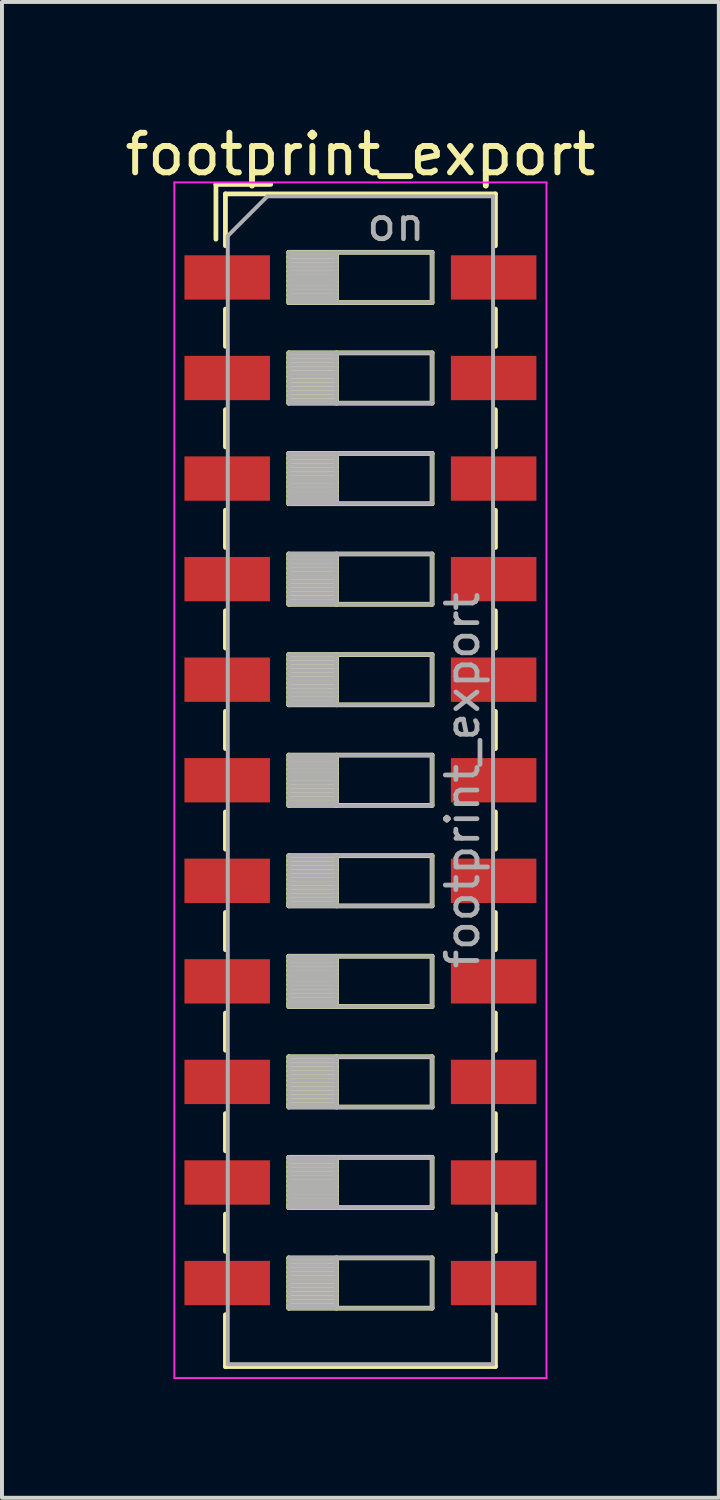
<source format=kicad_pcb>
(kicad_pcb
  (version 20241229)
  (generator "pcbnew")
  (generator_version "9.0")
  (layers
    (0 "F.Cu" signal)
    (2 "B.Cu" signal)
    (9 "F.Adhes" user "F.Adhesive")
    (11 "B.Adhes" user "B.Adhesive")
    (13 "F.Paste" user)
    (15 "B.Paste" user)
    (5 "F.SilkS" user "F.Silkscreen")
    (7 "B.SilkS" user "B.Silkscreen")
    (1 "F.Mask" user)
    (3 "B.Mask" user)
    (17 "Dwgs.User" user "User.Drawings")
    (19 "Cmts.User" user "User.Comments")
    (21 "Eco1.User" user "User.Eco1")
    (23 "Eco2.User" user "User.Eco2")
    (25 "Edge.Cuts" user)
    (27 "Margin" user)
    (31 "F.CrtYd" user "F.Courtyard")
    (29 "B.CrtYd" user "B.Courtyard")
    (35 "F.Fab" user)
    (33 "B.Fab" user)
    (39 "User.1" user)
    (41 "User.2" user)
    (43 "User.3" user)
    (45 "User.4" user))
  (footprint "footprint_export"
    (layer "F.Cu")
    (at 6.054 16.658)
    (property "Reference" "footprint_export" (at 0 -15.81 0) (layer "F.SilkS") (effects (font (size 1 1) (thickness 0.15))))
    (attr smd)
    (fp_line (start -3.65 -15.05) (end -3.65 -13.667) (stroke (width 0.12) (type solid)) (layer "F.SilkS"))
    (fp_line (start -3.65 -15.05) (end -2.267 -15.05) (stroke (width 0.12) (type solid)) (layer "F.SilkS"))
    (fp_line (start -3.41 -14.81) (end -3.41 -13.5) (stroke (width 0.12) (type solid)) (layer "F.SilkS"))
    (fp_line (start -3.41 -14.81) (end 3.41 -14.81) (stroke (width 0.12) (type solid)) (layer "F.SilkS"))
    (fp_line (start -3.41 -11.9) (end -3.41 -10.96) (stroke (width 0.12) (type solid)) (layer "F.SilkS"))
    (fp_line (start -3.41 -9.36) (end -3.41 -8.42) (stroke (width 0.12) (type solid)) (layer "F.SilkS"))
    (fp_line (start -3.41 -6.82) (end -3.41 -5.88) (stroke (width 0.12) (type solid)) (layer "F.SilkS"))
    (fp_line (start -3.41 -4.28) (end -3.41 -3.34) (stroke (width 0.12) (type solid)) (layer "F.SilkS"))
    (fp_line (start -3.41 -1.74) (end -3.41 -0.8) (stroke (width 0.12) (type solid)) (layer "F.SilkS"))
    (fp_line (start -3.41 0.8) (end -3.41 1.74) (stroke (width 0.12) (type solid)) (layer "F.SilkS"))
    (fp_line (start -3.41 3.34) (end -3.41 4.28) (stroke (width 0.12) (type solid)) (layer "F.SilkS"))
    (fp_line (start -3.41 5.88) (end -3.41 6.82) (stroke (width 0.12) (type solid)) (layer "F.SilkS"))
    (fp_line (start -3.41 8.42) (end -3.41 9.36) (stroke (width 0.12) (type solid)) (layer "F.SilkS"))
    (fp_line (start -3.41 10.96) (end -3.41 11.9) (stroke (width 0.12) (type solid)) (layer "F.SilkS"))
    (fp_line (start -3.41 13.5) (end -3.41 14.81) (stroke (width 0.12) (type solid)) (layer "F.SilkS"))
    (fp_line (start -3.41 14.81) (end 3.41 14.81) (stroke (width 0.12) (type solid)) (layer "F.SilkS"))
    (fp_line (start -1.81 -13.335) (end -1.81 -12.065) (stroke (width 0.12) (type solid)) (layer "F.SilkS"))
    (fp_line (start -1.81 -13.215) (end -0.603 -13.215) (stroke (width 0.12) (type solid)) (layer "F.SilkS"))
    (fp_line (start -1.81 -13.095) (end -0.603 -13.095) (stroke (width 0.12) (type solid)) (layer "F.SilkS"))
    (fp_line (start -1.81 -12.975) (end -0.603 -12.975) (stroke (width 0.12) (type solid)) (layer "F.SilkS"))
    (fp_line (start -1.81 -12.855) (end -0.603 -12.855) (stroke (width 0.12) (type solid)) (layer "F.SilkS"))
    (fp_line (start -1.81 -12.735) (end -0.603 -12.735) (stroke (width 0.12) (type solid)) (layer "F.SilkS"))
    (fp_line (start -1.81 -12.615) (end -0.603 -12.615) (stroke (width 0.12) (type solid)) (layer "F.SilkS"))
    (fp_line (start -1.81 -12.495) (end -0.603 -12.495) (stroke (width 0.12) (type solid)) (layer "F.SilkS"))
    (fp_line (start -1.81 -12.375) (end -0.603 -12.375) (stroke (width 0.12) (type solid)) (layer "F.SilkS"))
    (fp_line (start -1.81 -12.255) (end -0.603 -12.255) (stroke (width 0.12) (type solid)) (layer "F.SilkS"))
    (fp_line (start -1.81 -12.135) (end -0.603 -12.135) (stroke (width 0.12) (type solid)) (layer "F.SilkS"))
    (fp_line (start -1.81 -12.065) (end 1.81 -12.065) (stroke (width 0.12) (type solid)) (layer "F.SilkS"))
    (fp_line (start -1.81 -10.795) (end -1.81 -9.525) (stroke (width 0.12) (type solid)) (layer "F.SilkS"))
    (fp_line (start -1.81 -10.675) (end -0.603 -10.675) (stroke (width 0.12) (type solid)) (layer "F.SilkS"))
    (fp_line (start -1.81 -10.555) (end -0.603 -10.555) (stroke (width 0.12) (type solid)) (layer "F.SilkS"))
    (fp_line (start -1.81 -10.435) (end -0.603 -10.435) (stroke (width 0.12) (type solid)) (layer "F.SilkS"))
    (fp_line (start -1.81 -10.315) (end -0.603 -10.315) (stroke (width 0.12) (type solid)) (layer "F.SilkS"))
    (fp_line (start -1.81 -10.195) (end -0.603 -10.195) (stroke (width 0.12) (type solid)) (layer "F.SilkS"))
    (fp_line (start -1.81 -10.075) (end -0.603 -10.075) (stroke (width 0.12) (type solid)) (layer "F.SilkS"))
    (fp_line (start -1.81 -9.955) (end -0.603 -9.955) (stroke (width 0.12) (type solid)) (layer "F.SilkS"))
    (fp_line (start -1.81 -9.835) (end -0.603 -9.835) (stroke (width 0.12) (type solid)) (layer "F.SilkS"))
    (fp_line (start -1.81 -9.715) (end -0.603 -9.715) (stroke (width 0.12) (type solid)) (layer "F.SilkS"))
    (fp_line (start -1.81 -9.595) (end -0.603 -9.595) (stroke (width 0.12) (type solid)) (layer "F.SilkS"))
    (fp_line (start -1.81 -9.525) (end 1.81 -9.525) (stroke (width 0.12) (type solid)) (layer "F.SilkS"))
    (fp_line (start -1.81 -8.255) (end -1.81 -6.985) (stroke (width 0.12) (type solid)) (layer "F.SilkS"))
    (fp_line (start -1.81 -8.135) (end -0.603 -8.135) (stroke (width 0.12) (type solid)) (layer "F.SilkS"))
    (fp_line (start -1.81 -8.015) (end -0.603 -8.015) (stroke (width 0.12) (type solid)) (layer "F.SilkS"))
    (fp_line (start -1.81 -7.895) (end -0.603 -7.895) (stroke (width 0.12) (type solid)) (layer "F.SilkS"))
    (fp_line (start -1.81 -7.775) (end -0.603 -7.775) (stroke (width 0.12) (type solid)) (layer "F.SilkS"))
    (fp_line (start -1.81 -7.655) (end -0.603 -7.655) (stroke (width 0.12) (type solid)) (layer "F.SilkS"))
    (fp_line (start -1.81 -7.535) (end -0.603 -7.535) (stroke (width 0.12) (type solid)) (layer "F.SilkS"))
    (fp_line (start -1.81 -7.415) (end -0.603 -7.415) (stroke (width 0.12) (type solid)) (layer "F.SilkS"))
    (fp_line (start -1.81 -7.295) (end -0.603 -7.295) (stroke (width 0.12) (type solid)) (layer "F.SilkS"))
    (fp_line (start -1.81 -7.175) (end -0.603 -7.175) (stroke (width 0.12) (type solid)) (layer "F.SilkS"))
    (fp_line (start -1.81 -7.055) (end -0.603 -7.055) (stroke (width 0.12) (type solid)) (layer "F.SilkS"))
    (fp_line (start -1.81 -6.985) (end 1.81 -6.985) (stroke (width 0.12) (type solid)) (layer "F.SilkS"))
    (fp_line (start -1.81 -5.715) (end -1.81 -4.445) (stroke (width 0.12) (type solid)) (layer "F.SilkS"))
    (fp_line (start -1.81 -5.595) (end -0.603 -5.595) (stroke (width 0.12) (type solid)) (layer "F.SilkS"))
    (fp_line (start -1.81 -5.475) (end -0.603 -5.475) (stroke (width 0.12) (type solid)) (layer "F.SilkS"))
    (fp_line (start -1.81 -5.355) (end -0.603 -5.355) (stroke (width 0.12) (type solid)) (layer "F.SilkS"))
    (fp_line (start -1.81 -5.235) (end -0.603 -5.235) (stroke (width 0.12) (type solid)) (layer "F.SilkS"))
    (fp_line (start -1.81 -5.115) (end -0.603 -5.115) (stroke (width 0.12) (type solid)) (layer "F.SilkS"))
    (fp_line (start -1.81 -4.995) (end -0.603 -4.995) (stroke (width 0.12) (type solid)) (layer "F.SilkS"))
    (fp_line (start -1.81 -4.875) (end -0.603 -4.875) (stroke (width 0.12) (type solid)) (layer "F.SilkS"))
    (fp_line (start -1.81 -4.755) (end -0.603 -4.755) (stroke (width 0.12) (type solid)) (layer "F.SilkS"))
    (fp_line (start -1.81 -4.635) (end -0.603 -4.635) (stroke (width 0.12) (type solid)) (layer "F.SilkS"))
    (fp_line (start -1.81 -4.515) (end -0.603 -4.515) (stroke (width 0.12) (type solid)) (layer "F.SilkS"))
    (fp_line (start -1.81 -4.445) (end 1.81 -4.445) (stroke (width 0.12) (type solid)) (layer "F.SilkS"))
    (fp_line (start -1.81 -3.175) (end -1.81 -1.905) (stroke (width 0.12) (type solid)) (layer "F.SilkS"))
    (fp_line (start -1.81 -3.055) (end -0.603 -3.055) (stroke (width 0.12) (type solid)) (layer "F.SilkS"))
    (fp_line (start -1.81 -2.935) (end -0.603 -2.935) (stroke (width 0.12) (type solid)) (layer "F.SilkS"))
    (fp_line (start -1.81 -2.815) (end -0.603 -2.815) (stroke (width 0.12) (type solid)) (layer "F.SilkS"))
    (fp_line (start -1.81 -2.695) (end -0.603 -2.695) (stroke (width 0.12) (type solid)) (layer "F.SilkS"))
    (fp_line (start -1.81 -2.575) (end -0.603 -2.575) (stroke (width 0.12) (type solid)) (layer "F.SilkS"))
    (fp_line (start -1.81 -2.455) (end -0.603 -2.455) (stroke (width 0.12) (type solid)) (layer "F.SilkS"))
    (fp_line (start -1.81 -2.335) (end -0.603 -2.335) (stroke (width 0.12) (type solid)) (layer "F.SilkS"))
    (fp_line (start -1.81 -2.215) (end -0.603 -2.215) (stroke (width 0.12) (type solid)) (layer "F.SilkS"))
    (fp_line (start -1.81 -2.095) (end -0.603 -2.095) (stroke (width 0.12) (type solid)) (layer "F.SilkS"))
    (fp_line (start -1.81 -1.975) (end -0.603 -1.975) (stroke (width 0.12) (type solid)) (layer "F.SilkS"))
    (fp_line (start -1.81 -1.905) (end 1.81 -1.905) (stroke (width 0.12) (type solid)) (layer "F.SilkS"))
    (fp_line (start -1.81 -0.635) (end -1.81 0.635) (stroke (width 0.12) (type solid)) (layer "F.SilkS"))
    (fp_line (start -1.81 -0.515) (end -0.603 -0.515) (stroke (width 0.12) (type solid)) (layer "F.SilkS"))
    (fp_line (start -1.81 -0.395) (end -0.603 -0.395) (stroke (width 0.12) (type solid)) (layer "F.SilkS"))
    (fp_line (start -1.81 -0.275) (end -0.603 -0.275) (stroke (width 0.12) (type solid)) (layer "F.SilkS"))
    (fp_line (start -1.81 -0.155) (end -0.603 -0.155) (stroke (width 0.12) (type solid)) (layer "F.SilkS"))
    (fp_line (start -1.81 -0.035) (end -0.603 -0.035) (stroke (width 0.12) (type solid)) (layer "F.SilkS"))
    (fp_line (start -1.81 0.085) (end -0.603 0.085) (stroke (width 0.12) (type solid)) (layer "F.SilkS"))
    (fp_line (start -1.81 0.205) (end -0.603 0.205) (stroke (width 0.12) (type solid)) (layer "F.SilkS"))
    (fp_line (start -1.81 0.325) (end -0.603 0.325) (stroke (width 0.12) (type solid)) (layer "F.SilkS"))
    (fp_line (start -1.81 0.445) (end -0.603 0.445) (stroke (width 0.12) (type solid)) (layer "F.SilkS"))
    (fp_line (start -1.81 0.565) (end -0.603 0.565) (stroke (width 0.12) (type solid)) (layer "F.SilkS"))
    (fp_line (start -1.81 0.635) (end 1.81 0.635) (stroke (width 0.12) (type solid)) (layer "F.SilkS"))
    (fp_line (start -1.81 1.905) (end -1.81 3.175) (stroke (width 0.12) (type solid)) (layer "F.SilkS"))
    (fp_line (start -1.81 2.025) (end -0.603 2.025) (stroke (width 0.12) (type solid)) (layer "F.SilkS"))
    (fp_line (start -1.81 2.145) (end -0.603 2.145) (stroke (width 0.12) (type solid)) (layer "F.SilkS"))
    (fp_line (start -1.81 2.265) (end -0.603 2.265) (stroke (width 0.12) (type solid)) (layer "F.SilkS"))
    (fp_line (start -1.81 2.385) (end -0.603 2.385) (stroke (width 0.12) (type solid)) (layer "F.SilkS"))
    (fp_line (start -1.81 2.505) (end -0.603 2.505) (stroke (width 0.12) (type solid)) (layer "F.SilkS"))
    (fp_line (start -1.81 2.625) (end -0.603 2.625) (stroke (width 0.12) (type solid)) (layer "F.SilkS"))
    (fp_line (start -1.81 2.745) (end -0.603 2.745) (stroke (width 0.12) (type solid)) (layer "F.SilkS"))
    (fp_line (start -1.81 2.865) (end -0.603 2.865) (stroke (width 0.12) (type solid)) (layer "F.SilkS"))
    (fp_line (start -1.81 2.985) (end -0.603 2.985) (stroke (width 0.12) (type solid)) (layer "F.SilkS"))
    (fp_line (start -1.81 3.105) (end -0.603 3.105) (stroke (width 0.12) (type solid)) (layer "F.SilkS"))
    (fp_line (start -1.81 3.175) (end 1.81 3.175) (stroke (width 0.12) (type solid)) (layer "F.SilkS"))
    (fp_line (start -1.81 4.445) (end -1.81 5.715) (stroke (width 0.12) (type solid)) (layer "F.SilkS"))
    (fp_line (start -1.81 4.565) (end -0.603 4.565) (stroke (width 0.12) (type solid)) (layer "F.SilkS"))
    (fp_line (start -1.81 4.685) (end -0.603 4.685) (stroke (width 0.12) (type solid)) (layer "F.SilkS"))
    (fp_line (start -1.81 4.805) (end -0.603 4.805) (stroke (width 0.12) (type solid)) (layer "F.SilkS"))
    (fp_line (start -1.81 4.925) (end -0.603 4.925) (stroke (width 0.12) (type solid)) (layer "F.SilkS"))
    (fp_line (start -1.81 5.045) (end -0.603 5.045) (stroke (width 0.12) (type solid)) (layer "F.SilkS"))
    (fp_line (start -1.81 5.165) (end -0.603 5.165) (stroke (width 0.12) (type solid)) (layer "F.SilkS"))
    (fp_line (start -1.81 5.285) (end -0.603 5.285) (stroke (width 0.12) (type solid)) (layer "F.SilkS"))
    (fp_line (start -1.81 5.405) (end -0.603 5.405) (stroke (width 0.12) (type solid)) (layer "F.SilkS"))
    (fp_line (start -1.81 5.525) (end -0.603 5.525) (stroke (width 0.12) (type solid)) (layer "F.SilkS"))
    (fp_line (start -1.81 5.645) (end -0.603 5.645) (stroke (width 0.12) (type solid)) (layer "F.SilkS"))
    (fp_line (start -1.81 5.715) (end 1.81 5.715) (stroke (width 0.12) (type solid)) (layer "F.SilkS"))
    (fp_line (start -1.81 6.985) (end -1.81 8.255) (stroke (width 0.12) (type solid)) (layer "F.SilkS"))
    (fp_line (start -1.81 7.105) (end -0.603 7.105) (stroke (width 0.12) (type solid)) (layer "F.SilkS"))
    (fp_line (start -1.81 7.225) (end -0.603 7.225) (stroke (width 0.12) (type solid)) (layer "F.SilkS"))
    (fp_line (start -1.81 7.345) (end -0.603 7.345) (stroke (width 0.12) (type solid)) (layer "F.SilkS"))
    (fp_line (start -1.81 7.465) (end -0.603 7.465) (stroke (width 0.12) (type solid)) (layer "F.SilkS"))
    (fp_line (start -1.81 7.585) (end -0.603 7.585) (stroke (width 0.12) (type solid)) (layer "F.SilkS"))
    (fp_line (start -1.81 7.705) (end -0.603 7.705) (stroke (width 0.12) (type solid)) (layer "F.SilkS"))
    (fp_line (start -1.81 7.825) (end -0.603 7.825) (stroke (width 0.12) (type solid)) (layer "F.SilkS"))
    (fp_line (start -1.81 7.945) (end -0.603 7.945) (stroke (width 0.12) (type solid)) (layer "F.SilkS"))
    (fp_line (start -1.81 8.065) (end -0.603 8.065) (stroke (width 0.12) (type solid)) (layer "F.SilkS"))
    (fp_line (start -1.81 8.185) (end -0.603 8.185) (stroke (width 0.12) (type solid)) (layer "F.SilkS"))
    (fp_line (start -1.81 8.255) (end 1.81 8.255) (stroke (width 0.12) (type solid)) (layer "F.SilkS"))
    (fp_line (start -1.81 9.525) (end -1.81 10.795) (stroke (width 0.12) (type solid)) (layer "F.SilkS"))
    (fp_line (start -1.81 9.645) (end -0.603 9.645) (stroke (width 0.12) (type solid)) (layer "F.SilkS"))
    (fp_line (start -1.81 9.765) (end -0.603 9.765) (stroke (width 0.12) (type solid)) (layer "F.SilkS"))
    (fp_line (start -1.81 9.885) (end -0.603 9.885) (stroke (width 0.12) (type solid)) (layer "F.SilkS"))
    (fp_line (start -1.81 10.005) (end -0.603 10.005) (stroke (width 0.12) (type solid)) (layer "F.SilkS"))
    (fp_line (start -1.81 10.125) (end -0.603 10.125) (stroke (width 0.12) (type solid)) (layer "F.SilkS"))
    (fp_line (start -1.81 10.245) (end -0.603 10.245) (stroke (width 0.12) (type solid)) (layer "F.SilkS"))
    (fp_line (start -1.81 10.365) (end -0.603 10.365) (stroke (width 0.12) (type solid)) (layer "F.SilkS"))
    (fp_line (start -1.81 10.485) (end -0.603 10.485) (stroke (width 0.12) (type solid)) (layer "F.SilkS"))
    (fp_line (start -1.81 10.605) (end -0.603 10.605) (stroke (width 0.12) (type solid)) (layer "F.SilkS"))
    (fp_line (start -1.81 10.725) (end -0.603 10.725) (stroke (width 0.12) (type solid)) (layer "F.SilkS"))
    (fp_line (start -1.81 10.795) (end 1.81 10.795) (stroke (width 0.12) (type solid)) (layer "F.SilkS"))
    (fp_line (start -1.81 12.065) (end -1.81 13.335) (stroke (width 0.12) (type solid)) (layer "F.SilkS"))
    (fp_line (start -1.81 12.185) (end -0.603 12.185) (stroke (width 0.12) (type solid)) (layer "F.SilkS"))
    (fp_line (start -1.81 12.305) (end -0.603 12.305) (stroke (width 0.12) (type solid)) (layer "F.SilkS"))
    (fp_line (start -1.81 12.425) (end -0.603 12.425) (stroke (width 0.12) (type solid)) (layer "F.SilkS"))
    (fp_line (start -1.81 12.545) (end -0.603 12.545) (stroke (width 0.12) (type solid)) (layer "F.SilkS"))
    (fp_line (start -1.81 12.665) (end -0.603 12.665) (stroke (width 0.12) (type solid)) (layer "F.SilkS"))
    (fp_line (start -1.81 12.785) (end -0.603 12.785) (stroke (width 0.12) (type solid)) (layer "F.SilkS"))
    (fp_line (start -1.81 12.905) (end -0.603 12.905) (stroke (width 0.12) (type solid)) (layer "F.SilkS"))
    (fp_line (start -1.81 13.025) (end -0.603 13.025) (stroke (width 0.12) (type solid)) (layer "F.SilkS"))
    (fp_line (start -1.81 13.145) (end -0.603 13.145) (stroke (width 0.12) (type solid)) (layer "F.SilkS"))
    (fp_line (start -1.81 13.265) (end -0.603 13.265) (stroke (width 0.12) (type solid)) (layer "F.SilkS"))
    (fp_line (start -1.81 13.335) (end 1.81 13.335) (stroke (width 0.12) (type solid)) (layer "F.SilkS"))
    (fp_line (start -0.603 -13.335) (end -0.603 -12.065) (stroke (width 0.12) (type solid)) (layer "F.SilkS"))
    (fp_line (start -0.603 -10.795) (end -0.603 -9.525) (stroke (width 0.12) (type solid)) (layer "F.SilkS"))
    (fp_line (start -0.603 -8.255) (end -0.603 -6.985) (stroke (width 0.12) (type solid)) (layer "F.SilkS"))
    (fp_line (start -0.603 -5.715) (end -0.603 -4.445) (stroke (width 0.12) (type solid)) (layer "F.SilkS"))
    (fp_line (start -0.603 -3.175) (end -0.603 -1.905) (stroke (width 0.12) (type solid)) (layer "F.SilkS"))
    (fp_line (start -0.603 -0.635) (end -0.603 0.635) (stroke (width 0.12) (type solid)) (layer "F.SilkS"))
    (fp_line (start -0.603 1.905) (end -0.603 3.175) (stroke (width 0.12) (type solid)) (layer "F.SilkS"))
    (fp_line (start -0.603 4.445) (end -0.603 5.715) (stroke (width 0.12) (type solid)) (layer "F.SilkS"))
    (fp_line (start -0.603 6.985) (end -0.603 8.255) (stroke (width 0.12) (type solid)) (layer "F.SilkS"))
    (fp_line (start -0.603 9.525) (end -0.603 10.795) (stroke (width 0.12) (type solid)) (layer "F.SilkS"))
    (fp_line (start -0.603 12.065) (end -0.603 13.335) (stroke (width 0.12) (type solid)) (layer "F.SilkS"))
    (fp_line (start 1.81 -13.335) (end -1.81 -13.335) (stroke (width 0.12) (type solid)) (layer "F.SilkS"))
    (fp_line (start 1.81 -12.065) (end 1.81 -13.335) (stroke (width 0.12) (type solid)) (layer "F.SilkS"))
    (fp_line (start 1.81 -10.795) (end -1.81 -10.795) (stroke (width 0.12) (type solid)) (layer "F.SilkS"))
    (fp_line (start 1.81 -9.525) (end 1.81 -10.795) (stroke (width 0.12) (type solid)) (layer "F.SilkS"))
    (fp_line (start 1.81 -8.255) (end -1.81 -8.255) (stroke (width 0.12) (type solid)) (layer "F.SilkS"))
    (fp_line (start 1.81 -6.985) (end 1.81 -8.255) (stroke (width 0.12) (type solid)) (layer "F.SilkS"))
    (fp_line (start 1.81 -5.715) (end -1.81 -5.715) (stroke (width 0.12) (type solid)) (layer "F.SilkS"))
    (fp_line (start 1.81 -4.445) (end 1.81 -5.715) (stroke (width 0.12) (type solid)) (layer "F.SilkS"))
    (fp_line (start 1.81 -3.175) (end -1.81 -3.175) (stroke (width 0.12) (type solid)) (layer "F.SilkS"))
    (fp_line (start 1.81 -1.905) (end 1.81 -3.175) (stroke (width 0.12) (type solid)) (layer "F.SilkS"))
    (fp_line (start 1.81 -0.635) (end -1.81 -0.635) (stroke (width 0.12) (type solid)) (layer "F.SilkS"))
    (fp_line (start 1.81 0.635) (end 1.81 -0.635) (stroke (width 0.12) (type solid)) (layer "F.SilkS"))
    (fp_line (start 1.81 1.905) (end -1.81 1.905) (stroke (width 0.12) (type solid)) (layer "F.SilkS"))
    (fp_line (start 1.81 3.175) (end 1.81 1.905) (stroke (width 0.12) (type solid)) (layer "F.SilkS"))
    (fp_line (start 1.81 4.445) (end -1.81 4.445) (stroke (width 0.12) (type solid)) (layer "F.SilkS"))
    (fp_line (start 1.81 5.715) (end 1.81 4.445) (stroke (width 0.12) (type solid)) (layer "F.SilkS"))
    (fp_line (start 1.81 6.985) (end -1.81 6.985) (stroke (width 0.12) (type solid)) (layer "F.SilkS"))
    (fp_line (start 1.81 8.255) (end 1.81 6.985) (stroke (width 0.12) (type solid)) (layer "F.SilkS"))
    (fp_line (start 1.81 9.525) (end -1.81 9.525) (stroke (width 0.12) (type solid)) (layer "F.SilkS"))
    (fp_line (start 1.81 10.795) (end 1.81 9.525) (stroke (width 0.12) (type solid)) (layer "F.SilkS"))
    (fp_line (start 1.81 12.065) (end -1.81 12.065) (stroke (width 0.12) (type solid)) (layer "F.SilkS"))
    (fp_line (start 1.81 13.335) (end 1.81 12.065) (stroke (width 0.12) (type solid)) (layer "F.SilkS"))
    (fp_line (start 3.41 -14.81) (end 3.41 -13.5) (stroke (width 0.12) (type solid)) (layer "F.SilkS"))
    (fp_line (start 3.41 -11.899) (end 3.41 -10.959) (stroke (width 0.12) (type solid)) (layer "F.SilkS"))
    (fp_line (start 3.41 -9.359) (end 3.41 -8.419) (stroke (width 0.12) (type solid)) (layer "F.SilkS"))
    (fp_line (start 3.41 -6.819) (end 3.41 -5.879) (stroke (width 0.12) (type solid)) (layer "F.SilkS"))
    (fp_line (start 3.41 -4.279) (end 3.41 -3.339) (stroke (width 0.12) (type solid)) (layer "F.SilkS"))
    (fp_line (start 3.41 -1.739) (end 3.41 -0.799) (stroke (width 0.12) (type solid)) (layer "F.SilkS"))
    (fp_line (start 3.41 0.801) (end 3.41 1.741) (stroke (width 0.12) (type solid)) (layer "F.SilkS"))
    (fp_line (start 3.41 3.341) (end 3.41 4.28) (stroke (width 0.12) (type solid)) (layer "F.SilkS"))
    (fp_line (start 3.41 5.88) (end 3.41 6.82) (stroke (width 0.12) (type solid)) (layer "F.SilkS"))
    (fp_line (start 3.41 8.42) (end 3.41 9.36) (stroke (width 0.12) (type solid)) (layer "F.SilkS"))
    (fp_line (start 3.41 10.96) (end 3.41 11.9) (stroke (width 0.12) (type solid)) (layer "F.SilkS"))
    (fp_line (start 3.41 13.5) (end 3.41 14.81) (stroke (width 0.12) (type solid)) (layer "F.SilkS"))
    (fp_line (start -4.7 -15.1) (end -4.7 15.1) (stroke (width 0.05) (type solid)) (layer "F.CrtYd"))
    (fp_line (start -4.7 15.1) (end 4.7 15.1) (stroke (width 0.05) (type solid)) (layer "F.CrtYd"))
    (fp_line (start 4.7 -15.1) (end -4.7 -15.1) (stroke (width 0.05) (type solid)) (layer "F.CrtYd"))
    (fp_line (start 4.7 15.1) (end 4.7 -15.1) (stroke (width 0.05) (type solid)) (layer "F.CrtYd"))
    (fp_line (start -3.35 -13.75) (end -2.35 -14.75) (stroke (width 0.1) (type solid)) (layer "F.Fab"))
    (fp_line (start -3.35 14.75) (end -3.35 -13.75) (stroke (width 0.1) (type solid)) (layer "F.Fab"))
    (fp_line (start -2.35 -14.75) (end 3.35 -14.75) (stroke (width 0.1) (type solid)) (layer "F.Fab"))
    (fp_line (start -1.81 -13.335) (end -1.81 -12.065) (stroke (width 0.1) (type solid)) (layer "F.Fab"))
    (fp_line (start -1.81 -13.235) (end -0.603 -13.235) (stroke (width 0.1) (type solid)) (layer "F.Fab"))
    (fp_line (start -1.81 -13.135) (end -0.603 -13.135) (stroke (width 0.1) (type solid)) (layer "F.Fab"))
    (fp_line (start -1.81 -13.035) (end -0.603 -13.035) (stroke (width 0.1) (type solid)) (layer "F.Fab"))
    (fp_line (start -1.81 -12.935) (end -0.603 -12.935) (stroke (width 0.1) (type solid)) (layer "F.Fab"))
    (fp_line (start -1.81 -12.835) (end -0.603 -12.835) (stroke (width 0.1) (type solid)) (layer "F.Fab"))
    (fp_line (start -1.81 -12.735) (end -0.603 -12.735) (stroke (width 0.1) (type solid)) (layer "F.Fab"))
    (fp_line (start -1.81 -12.635) (end -0.603 -12.635) (stroke (width 0.1) (type solid)) (layer "F.Fab"))
    (fp_line (start -1.81 -12.535) (end -0.603 -12.535) (stroke (width 0.1) (type solid)) (layer "F.Fab"))
    (fp_line (start -1.81 -12.435) (end -0.603 -12.435) (stroke (width 0.1) (type solid)) (layer "F.Fab"))
    (fp_line (start -1.81 -12.335) (end -0.603 -12.335) (stroke (width 0.1) (type solid)) (layer "F.Fab"))
    (fp_line (start -1.81 -12.235) (end -0.603 -12.235) (stroke (width 0.1) (type solid)) (layer "F.Fab"))
    (fp_line (start -1.81 -12.135) (end -0.603 -12.135) (stroke (width 0.1) (type solid)) (layer "F.Fab"))
    (fp_line (start -1.81 -12.065) (end 1.81 -12.065) (stroke (width 0.1) (type solid)) (layer "F.Fab"))
    (fp_line (start -1.81 -10.795) (end -1.81 -9.525) (stroke (width 0.1) (type solid)) (layer "F.Fab"))
    (fp_line (start -1.81 -10.695) (end -0.603 -10.695) (stroke (width 0.1) (type solid)) (layer "F.Fab"))
    (fp_line (start -1.81 -10.595) (end -0.603 -10.595) (stroke (width 0.1) (type solid)) (layer "F.Fab"))
    (fp_line (start -1.81 -10.495) (end -0.603 -10.495) (stroke (width 0.1) (type solid)) (layer "F.Fab"))
    (fp_line (start -1.81 -10.395) (end -0.603 -10.395) (stroke (width 0.1) (type solid)) (layer "F.Fab"))
    (fp_line (start -1.81 -10.295) (end -0.603 -10.295) (stroke (width 0.1) (type solid)) (layer "F.Fab"))
    (fp_line (start -1.81 -10.195) (end -0.603 -10.195) (stroke (width 0.1) (type solid)) (layer "F.Fab"))
    (fp_line (start -1.81 -10.095) (end -0.603 -10.095) (stroke (width 0.1) (type solid)) (layer "F.Fab"))
    (fp_line (start -1.81 -9.995) (end -0.603 -9.995) (stroke (width 0.1) (type solid)) (layer "F.Fab"))
    (fp_line (start -1.81 -9.895) (end -0.603 -9.895) (stroke (width 0.1) (type solid)) (layer "F.Fab"))
    (fp_line (start -1.81 -9.795) (end -0.603 -9.795) (stroke (width 0.1) (type solid)) (layer "F.Fab"))
    (fp_line (start -1.81 -9.695) (end -0.603 -9.695) (stroke (width 0.1) (type solid)) (layer "F.Fab"))
    (fp_line (start -1.81 -9.595) (end -0.603 -9.595) (stroke (width 0.1) (type solid)) (layer "F.Fab"))
    (fp_line (start -1.81 -9.525) (end 1.81 -9.525) (stroke (width 0.1) (type solid)) (layer "F.Fab"))
    (fp_line (start -1.81 -8.255) (end -1.81 -6.985) (stroke (width 0.1) (type solid)) (layer "F.Fab"))
    (fp_line (start -1.81 -8.155) (end -0.603 -8.155) (stroke (width 0.1) (type solid)) (layer "F.Fab"))
    (fp_line (start -1.81 -8.055) (end -0.603 -8.055) (stroke (width 0.1) (type solid)) (layer "F.Fab"))
    (fp_line (start -1.81 -7.955) (end -0.603 -7.955) (stroke (width 0.1) (type solid)) (layer "F.Fab"))
    (fp_line (start -1.81 -7.855) (end -0.603 -7.855) (stroke (width 0.1) (type solid)) (layer "F.Fab"))
    (fp_line (start -1.81 -7.755) (end -0.603 -7.755) (stroke (width 0.1) (type solid)) (layer "F.Fab"))
    (fp_line (start -1.81 -7.655) (end -0.603 -7.655) (stroke (width 0.1) (type solid)) (layer "F.Fab"))
    (fp_line (start -1.81 -7.555) (end -0.603 -7.555) (stroke (width 0.1) (type solid)) (layer "F.Fab"))
    (fp_line (start -1.81 -7.455) (end -0.603 -7.455) (stroke (width 0.1) (type solid)) (layer "F.Fab"))
    (fp_line (start -1.81 -7.355) (end -0.603 -7.355) (stroke (width 0.1) (type solid)) (layer "F.Fab"))
    (fp_line (start -1.81 -7.255) (end -0.603 -7.255) (stroke (width 0.1) (type solid)) (layer "F.Fab"))
    (fp_line (start -1.81 -7.155) (end -0.603 -7.155) (stroke (width 0.1) (type solid)) (layer "F.Fab"))
    (fp_line (start -1.81 -7.055) (end -0.603 -7.055) (stroke (width 0.1) (type solid)) (layer "F.Fab"))
    (fp_line (start -1.81 -6.985) (end 1.81 -6.985) (stroke (width 0.1) (type solid)) (layer "F.Fab"))
    (fp_line (start -1.81 -5.715) (end -1.81 -4.445) (stroke (width 0.1) (type solid)) (layer "F.Fab"))
    (fp_line (start -1.81 -5.615) (end -0.603 -5.615) (stroke (width 0.1) (type solid)) (layer "F.Fab"))
    (fp_line (start -1.81 -5.515) (end -0.603 -5.515) (stroke (width 0.1) (type solid)) (layer "F.Fab"))
    (fp_line (start -1.81 -5.415) (end -0.603 -5.415) (stroke (width 0.1) (type solid)) (layer "F.Fab"))
    (fp_line (start -1.81 -5.315) (end -0.603 -5.315) (stroke (width 0.1) (type solid)) (layer "F.Fab"))
    (fp_line (start -1.81 -5.215) (end -0.603 -5.215) (stroke (width 0.1) (type solid)) (layer "F.Fab"))
    (fp_line (start -1.81 -5.115) (end -0.603 -5.115) (stroke (width 0.1) (type solid)) (layer "F.Fab"))
    (fp_line (start -1.81 -5.015) (end -0.603 -5.015) (stroke (width 0.1) (type solid)) (layer "F.Fab"))
    (fp_line (start -1.81 -4.915) (end -0.603 -4.915) (stroke (width 0.1) (type solid)) (layer "F.Fab"))
    (fp_line (start -1.81 -4.815) (end -0.603 -4.815) (stroke (width 0.1) (type solid)) (layer "F.Fab"))
    (fp_line (start -1.81 -4.715) (end -0.603 -4.715) (stroke (width 0.1) (type solid)) (layer "F.Fab"))
    (fp_line (start -1.81 -4.615) (end -0.603 -4.615) (stroke (width 0.1) (type solid)) (layer "F.Fab"))
    (fp_line (start -1.81 -4.515) (end -0.603 -4.515) (stroke (width 0.1) (type solid)) (layer "F.Fab"))
    (fp_line (start -1.81 -4.445) (end 1.81 -4.445) (stroke (width 0.1) (type solid)) (layer "F.Fab"))
    (fp_line (start -1.81 -3.175) (end -1.81 -1.905) (stroke (width 0.1) (type solid)) (layer "F.Fab"))
    (fp_line (start -1.81 -3.075) (end -0.603 -3.075) (stroke (width 0.1) (type solid)) (layer "F.Fab"))
    (fp_line (start -1.81 -2.975) (end -0.603 -2.975) (stroke (width 0.1) (type solid)) (layer "F.Fab"))
    (fp_line (start -1.81 -2.875) (end -0.603 -2.875) (stroke (width 0.1) (type solid)) (layer "F.Fab"))
    (fp_line (start -1.81 -2.775) (end -0.603 -2.775) (stroke (width 0.1) (type solid)) (layer "F.Fab"))
    (fp_line (start -1.81 -2.675) (end -0.603 -2.675) (stroke (width 0.1) (type solid)) (layer "F.Fab"))
    (fp_line (start -1.81 -2.575) (end -0.603 -2.575) (stroke (width 0.1) (type solid)) (layer "F.Fab"))
    (fp_line (start -1.81 -2.475) (end -0.603 -2.475) (stroke (width 0.1) (type solid)) (layer "F.Fab"))
    (fp_line (start -1.81 -2.375) (end -0.603 -2.375) (stroke (width 0.1) (type solid)) (layer "F.Fab"))
    (fp_line (start -1.81 -2.275) (end -0.603 -2.275) (stroke (width 0.1) (type solid)) (layer "F.Fab"))
    (fp_line (start -1.81 -2.175) (end -0.603 -2.175) (stroke (width 0.1) (type solid)) (layer "F.Fab"))
    (fp_line (start -1.81 -2.075) (end -0.603 -2.075) (stroke (width 0.1) (type solid)) (layer "F.Fab"))
    (fp_line (start -1.81 -1.975) (end -0.603 -1.975) (stroke (width 0.1) (type solid)) (layer "F.Fab"))
    (fp_line (start -1.81 -1.905) (end 1.81 -1.905) (stroke (width 0.1) (type solid)) (layer "F.Fab"))
    (fp_line (start -1.81 -0.635) (end -1.81 0.635) (stroke (width 0.1) (type solid)) (layer "F.Fab"))
    (fp_line (start -1.81 -0.535) (end -0.603 -0.535) (stroke (width 0.1) (type solid)) (layer "F.Fab"))
    (fp_line (start -1.81 -0.435) (end -0.603 -0.435) (stroke (width 0.1) (type solid)) (layer "F.Fab"))
    (fp_line (start -1.81 -0.335) (end -0.603 -0.335) (stroke (width 0.1) (type solid)) (layer "F.Fab"))
    (fp_line (start -1.81 -0.235) (end -0.603 -0.235) (stroke (width 0.1) (type solid)) (layer "F.Fab"))
    (fp_line (start -1.81 -0.135) (end -0.603 -0.135) (stroke (width 0.1) (type solid)) (layer "F.Fab"))
    (fp_line (start -1.81 -0.035) (end -0.603 -0.035) (stroke (width 0.1) (type solid)) (layer "F.Fab"))
    (fp_line (start -1.81 0.065) (end -0.603 0.065) (stroke (width 0.1) (type solid)) (layer "F.Fab"))
    (fp_line (start -1.81 0.165) (end -0.603 0.165) (stroke (width 0.1) (type solid)) (layer "F.Fab"))
    (fp_line (start -1.81 0.265) (end -0.603 0.265) (stroke (width 0.1) (type solid)) (layer "F.Fab"))
    (fp_line (start -1.81 0.365) (end -0.603 0.365) (stroke (width 0.1) (type solid)) (layer "F.Fab"))
    (fp_line (start -1.81 0.465) (end -0.603 0.465) (stroke (width 0.1) (type solid)) (layer "F.Fab"))
    (fp_line (start -1.81 0.565) (end -0.603 0.565) (stroke (width 0.1) (type solid)) (layer "F.Fab"))
    (fp_line (start -1.81 0.635) (end 1.81 0.635) (stroke (width 0.1) (type solid)) (layer "F.Fab"))
    (fp_line (start -1.81 1.905) (end -1.81 3.175) (stroke (width 0.1) (type solid)) (layer "F.Fab"))
    (fp_line (start -1.81 2.005) (end -0.603 2.005) (stroke (width 0.1) (type solid)) (layer "F.Fab"))
    (fp_line (start -1.81 2.105) (end -0.603 2.105) (stroke (width 0.1) (type solid)) (layer "F.Fab"))
    (fp_line (start -1.81 2.205) (end -0.603 2.205) (stroke (width 0.1) (type solid)) (layer "F.Fab"))
    (fp_line (start -1.81 2.305) (end -0.603 2.305) (stroke (width 0.1) (type solid)) (layer "F.Fab"))
    (fp_line (start -1.81 2.405) (end -0.603 2.405) (stroke (width 0.1) (type solid)) (layer "F.Fab"))
    (fp_line (start -1.81 2.505) (end -0.603 2.505) (stroke (width 0.1) (type solid)) (layer "F.Fab"))
    (fp_line (start -1.81 2.605) (end -0.603 2.605) (stroke (width 0.1) (type solid)) (layer "F.Fab"))
    (fp_line (start -1.81 2.705) (end -0.603 2.705) (stroke (width 0.1) (type solid)) (layer "F.Fab"))
    (fp_line (start -1.81 2.805) (end -0.603 2.805) (stroke (width 0.1) (type solid)) (layer "F.Fab"))
    (fp_line (start -1.81 2.905) (end -0.603 2.905) (stroke (width 0.1) (type solid)) (layer "F.Fab"))
    (fp_line (start -1.81 3.005) (end -0.603 3.005) (stroke (width 0.1) (type solid)) (layer "F.Fab"))
    (fp_line (start -1.81 3.105) (end -0.603 3.105) (stroke (width 0.1) (type solid)) (layer "F.Fab"))
    (fp_line (start -1.81 3.175) (end 1.81 3.175) (stroke (width 0.1) (type solid)) (layer "F.Fab"))
    (fp_line (start -1.81 4.445) (end -1.81 5.715) (stroke (width 0.1) (type solid)) (layer "F.Fab"))
    (fp_line (start -1.81 4.545) (end -0.603 4.545) (stroke (width 0.1) (type solid)) (layer "F.Fab"))
    (fp_line (start -1.81 4.645) (end -0.603 4.645) (stroke (width 0.1) (type solid)) (layer "F.Fab"))
    (fp_line (start -1.81 4.745) (end -0.603 4.745) (stroke (width 0.1) (type solid)) (layer "F.Fab"))
    (fp_line (start -1.81 4.845) (end -0.603 4.845) (stroke (width 0.1) (type solid)) (layer "F.Fab"))
    (fp_line (start -1.81 4.945) (end -0.603 4.945) (stroke (width 0.1) (type solid)) (layer "F.Fab"))
    (fp_line (start -1.81 5.045) (end -0.603 5.045) (stroke (width 0.1) (type solid)) (layer "F.Fab"))
    (fp_line (start -1.81 5.145) (end -0.603 5.145) (stroke (width 0.1) (type solid)) (layer "F.Fab"))
    (fp_line (start -1.81 5.245) (end -0.603 5.245) (stroke (width 0.1) (type solid)) (layer "F.Fab"))
    (fp_line (start -1.81 5.345) (end -0.603 5.345) (stroke (width 0.1) (type solid)) (layer "F.Fab"))
    (fp_line (start -1.81 5.445) (end -0.603 5.445) (stroke (width 0.1) (type solid)) (layer "F.Fab"))
    (fp_line (start -1.81 5.545) (end -0.603 5.545) (stroke (width 0.1) (type solid)) (layer "F.Fab"))
    (fp_line (start -1.81 5.645) (end -0.603 5.645) (stroke (width 0.1) (type solid)) (layer "F.Fab"))
    (fp_line (start -1.81 5.715) (end 1.81 5.715) (stroke (width 0.1) (type solid)) (layer "F.Fab"))
    (fp_line (start -1.81 6.985) (end -1.81 8.255) (stroke (width 0.1) (type solid)) (layer "F.Fab"))
    (fp_line (start -1.81 7.085) (end -0.603 7.085) (stroke (width 0.1) (type solid)) (layer "F.Fab"))
    (fp_line (start -1.81 7.185) (end -0.603 7.185) (stroke (width 0.1) (type solid)) (layer "F.Fab"))
    (fp_line (start -1.81 7.285) (end -0.603 7.285) (stroke (width 0.1) (type solid)) (layer "F.Fab"))
    (fp_line (start -1.81 7.385) (end -0.603 7.385) (stroke (width 0.1) (type solid)) (layer "F.Fab"))
    (fp_line (start -1.81 7.485) (end -0.603 7.485) (stroke (width 0.1) (type solid)) (layer "F.Fab"))
    (fp_line (start -1.81 7.585) (end -0.603 7.585) (stroke (width 0.1) (type solid)) (layer "F.Fab"))
    (fp_line (start -1.81 7.685) (end -0.603 7.685) (stroke (width 0.1) (type solid)) (layer "F.Fab"))
    (fp_line (start -1.81 7.785) (end -0.603 7.785) (stroke (width 0.1) (type solid)) (layer "F.Fab"))
    (fp_line (start -1.81 7.885) (end -0.603 7.885) (stroke (width 0.1) (type solid)) (layer "F.Fab"))
    (fp_line (start -1.81 7.985) (end -0.603 7.985) (stroke (width 0.1) (type solid)) (layer "F.Fab"))
    (fp_line (start -1.81 8.085) (end -0.603 8.085) (stroke (width 0.1) (type solid)) (layer "F.Fab"))
    (fp_line (start -1.81 8.185) (end -0.603 8.185) (stroke (width 0.1) (type solid)) (layer "F.Fab"))
    (fp_line (start -1.81 8.255) (end 1.81 8.255) (stroke (width 0.1) (type solid)) (layer "F.Fab"))
    (fp_line (start -1.81 9.525) (end -1.81 10.795) (stroke (width 0.1) (type solid)) (layer "F.Fab"))
    (fp_line (start -1.81 9.625) (end -0.603 9.625) (stroke (width 0.1) (type solid)) (layer "F.Fab"))
    (fp_line (start -1.81 9.725) (end -0.603 9.725) (stroke (width 0.1) (type solid)) (layer "F.Fab"))
    (fp_line (start -1.81 9.825) (end -0.603 9.825) (stroke (width 0.1) (type solid)) (layer "F.Fab"))
    (fp_line (start -1.81 9.925) (end -0.603 9.925) (stroke (width 0.1) (type solid)) (layer "F.Fab"))
    (fp_line (start -1.81 10.025) (end -0.603 10.025) (stroke (width 0.1) (type solid)) (layer "F.Fab"))
    (fp_line (start -1.81 10.125) (end -0.603 10.125) (stroke (width 0.1) (type solid)) (layer "F.Fab"))
    (fp_line (start -1.81 10.225) (end -0.603 10.225) (stroke (width 0.1) (type solid)) (layer "F.Fab"))
    (fp_line (start -1.81 10.325) (end -0.603 10.325) (stroke (width 0.1) (type solid)) (layer "F.Fab"))
    (fp_line (start -1.81 10.425) (end -0.603 10.425) (stroke (width 0.1) (type solid)) (layer "F.Fab"))
    (fp_line (start -1.81 10.525) (end -0.603 10.525) (stroke (width 0.1) (type solid)) (layer "F.Fab"))
    (fp_line (start -1.81 10.625) (end -0.603 10.625) (stroke (width 0.1) (type solid)) (layer "F.Fab"))
    (fp_line (start -1.81 10.725) (end -0.603 10.725) (stroke (width 0.1) (type solid)) (layer "F.Fab"))
    (fp_line (start -1.81 10.795) (end 1.81 10.795) (stroke (width 0.1) (type solid)) (layer "F.Fab"))
    (fp_line (start -1.81 12.065) (end -1.81 13.335) (stroke (width 0.1) (type solid)) (layer "F.Fab"))
    (fp_line (start -1.81 12.165) (end -0.603 12.165) (stroke (width 0.1) (type solid)) (layer "F.Fab"))
    (fp_line (start -1.81 12.265) (end -0.603 12.265) (stroke (width 0.1) (type solid)) (layer "F.Fab"))
    (fp_line (start -1.81 12.365) (end -0.603 12.365) (stroke (width 0.1) (type solid)) (layer "F.Fab"))
    (fp_line (start -1.81 12.465) (end -0.603 12.465) (stroke (width 0.1) (type solid)) (layer "F.Fab"))
    (fp_line (start -1.81 12.565) (end -0.603 12.565) (stroke (width 0.1) (type solid)) (layer "F.Fab"))
    (fp_line (start -1.81 12.665) (end -0.603 12.665) (stroke (width 0.1) (type solid)) (layer "F.Fab"))
    (fp_line (start -1.81 12.765) (end -0.603 12.765) (stroke (width 0.1) (type solid)) (layer "F.Fab"))
    (fp_line (start -1.81 12.865) (end -0.603 12.865) (stroke (width 0.1) (type solid)) (layer "F.Fab"))
    (fp_line (start -1.81 12.965) (end -0.603 12.965) (stroke (width 0.1) (type solid)) (layer "F.Fab"))
    (fp_line (start -1.81 13.065) (end -0.603 13.065) (stroke (width 0.1) (type solid)) (layer "F.Fab"))
    (fp_line (start -1.81 13.165) (end -0.603 13.165) (stroke (width 0.1) (type solid)) (layer "F.Fab"))
    (fp_line (start -1.81 13.265) (end -0.603 13.265) (stroke (width 0.1) (type solid)) (layer "F.Fab"))
    (fp_line (start -1.81 13.335) (end 1.81 13.335) (stroke (width 0.1) (type solid)) (layer "F.Fab"))
    (fp_line (start -0.603 -13.335) (end -0.603 -12.065) (stroke (width 0.1) (type solid)) (layer "F.Fab"))
    (fp_line (start -0.603 -10.795) (end -0.603 -9.525) (stroke (width 0.1) (type solid)) (layer "F.Fab"))
    (fp_line (start -0.603 -8.255) (end -0.603 -6.985) (stroke (width 0.1) (type solid)) (layer "F.Fab"))
    (fp_line (start -0.603 -5.715) (end -0.603 -4.445) (stroke (width 0.1) (type solid)) (layer "F.Fab"))
    (fp_line (start -0.603 -3.175) (end -0.603 -1.905) (stroke (width 0.1) (type solid)) (layer "F.Fab"))
    (fp_line (start -0.603 -0.635) (end -0.603 0.635) (stroke (width 0.1) (type solid)) (layer "F.Fab"))
    (fp_line (start -0.603 1.905) (end -0.603 3.175) (stroke (width 0.1) (type solid)) (layer "F.Fab"))
    (fp_line (start -0.603 4.445) (end -0.603 5.715) (stroke (width 0.1) (type solid)) (layer "F.Fab"))
    (fp_line (start -0.603 6.985) (end -0.603 8.255) (stroke (width 0.1) (type solid)) (layer "F.Fab"))
    (fp_line (start -0.603 9.525) (end -0.603 10.795) (stroke (width 0.1) (type solid)) (layer "F.Fab"))
    (fp_line (start -0.603 12.065) (end -0.603 13.335) (stroke (width 0.1) (type solid)) (layer "F.Fab"))
    (fp_line (start 1.81 -13.335) (end -1.81 -13.335) (stroke (width 0.1) (type solid)) (layer "F.Fab"))
    (fp_line (start 1.81 -12.065) (end 1.81 -13.335) (stroke (width 0.1) (type solid)) (layer "F.Fab"))
    (fp_line (start 1.81 -10.795) (end -1.81 -10.795) (stroke (width 0.1) (type solid)) (layer "F.Fab"))
    (fp_line (start 1.81 -9.525) (end 1.81 -10.795) (stroke (width 0.1) (type solid)) (layer "F.Fab"))
    (fp_line (start 1.81 -8.255) (end -1.81 -8.255) (stroke (width 0.1) (type solid)) (layer "F.Fab"))
    (fp_line (start 1.81 -6.985) (end 1.81 -8.255) (stroke (width 0.1) (type solid)) (layer "F.Fab"))
    (fp_line (start 1.81 -5.715) (end -1.81 -5.715) (stroke (width 0.1) (type solid)) (layer "F.Fab"))
    (fp_line (start 1.81 -4.445) (end 1.81 -5.715) (stroke (width 0.1) (type solid)) (layer "F.Fab"))
    (fp_line (start 1.81 -3.175) (end -1.81 -3.175) (stroke (width 0.1) (type solid)) (layer "F.Fab"))
    (fp_line (start 1.81 -1.905) (end 1.81 -3.175) (stroke (width 0.1) (type solid)) (layer "F.Fab"))
    (fp_line (start 1.81 -0.635) (end -1.81 -0.635) (stroke (width 0.1) (type solid)) (layer "F.Fab"))
    (fp_line (start 1.81 0.635) (end 1.81 -0.635) (stroke (width 0.1) (type solid)) (layer "F.Fab"))
    (fp_line (start 1.81 1.905) (end -1.81 1.905) (stroke (width 0.1) (type solid)) (layer "F.Fab"))
    (fp_line (start 1.81 3.175) (end 1.81 1.905) (stroke (width 0.1) (type solid)) (layer "F.Fab"))
    (fp_line (start 1.81 4.445) (end -1.81 4.445) (stroke (width 0.1) (type solid)) (layer "F.Fab"))
    (fp_line (start 1.81 5.715) (end 1.81 4.445) (stroke (width 0.1) (type solid)) (layer "F.Fab"))
    (fp_line (start 1.81 6.985) (end -1.81 6.985) (stroke (width 0.1) (type solid)) (layer "F.Fab"))
    (fp_line (start 1.81 8.255) (end 1.81 6.985) (stroke (width 0.1) (type solid)) (layer "F.Fab"))
    (fp_line (start 1.81 9.525) (end -1.81 9.525) (stroke (width 0.1) (type solid)) (layer "F.Fab"))
    (fp_line (start 1.81 10.795) (end 1.81 9.525) (stroke (width 0.1) (type solid)) (layer "F.Fab"))
    (fp_line (start 1.81 12.065) (end -1.81 12.065) (stroke (width 0.1) (type solid)) (layer "F.Fab"))
    (fp_line (start 1.81 13.335) (end 1.81 12.065) (stroke (width 0.1) (type solid)) (layer "F.Fab"))
    (fp_line (start 3.35 -14.75) (end 3.35 14.75) (stroke (width 0.1) (type solid)) (layer "F.Fab"))
    (fp_line (start 3.35 14.75) (end -3.35 14.75) (stroke (width 0.1) (type solid)) (layer "F.Fab"))
    (fp_text user "${REFERENCE}" (at 2.58 0 90) (layer "F.Fab") (effects (font (size 0.8 0.8) (thickness 0.12))))
    (fp_text user "on" (at 0.897 -14.043 0) (layer "F.Fab") (effects (font (size 0.8 0.8) (thickness 0.12))))
    (pad "1" smd rect (at -3.365 -12.7) (size 2.16 1.12) (layers "F.Cu" "F.Mask" "F.Paste"))
    (pad "2" smd rect (at -3.365 -10.16) (size 2.16 1.12) (layers "F.Cu" "F.Mask" "F.Paste"))
    (pad "3" smd rect (at -3.365 -7.62) (size 2.16 1.12) (layers "F.Cu" "F.Mask" "F.Paste"))
    (pad "4" smd rect (at -3.365 -5.08) (size 2.16 1.12) (layers "F.Cu" "F.Mask" "F.Paste"))
    (pad "5" smd rect (at -3.365 -2.54) (size 2.16 1.12) (layers "F.Cu" "F.Mask" "F.Paste"))
    (pad "6" smd rect (at -3.365 0) (size 2.16 1.12) (layers "F.Cu" "F.Mask" "F.Paste"))
    (pad "7" smd rect (at -3.365 2.54) (size 2.16 1.12) (layers "F.Cu" "F.Mask" "F.Paste"))
    (pad "8" smd rect (at -3.365 5.08) (size 2.16 1.12) (layers "F.Cu" "F.Mask" "F.Paste"))
    (pad "9" smd rect (at -3.365 7.62) (size 2.16 1.12) (layers "F.Cu" "F.Mask" "F.Paste"))
    (pad "10" smd rect (at -3.365 10.16) (size 2.16 1.12) (layers "F.Cu" "F.Mask" "F.Paste"))
    (pad "11" smd rect (at -3.365 12.7) (size 2.16 1.12) (layers "F.Cu" "F.Mask" "F.Paste"))
    (pad "12" smd rect (at 3.365 12.7) (size 2.16 1.12) (layers "F.Cu" "F.Mask" "F.Paste"))
    (pad "13" smd rect (at 3.365 10.16) (size 2.16 1.12) (layers "F.Cu" "F.Mask" "F.Paste"))
    (pad "14" smd rect (at 3.365 7.62) (size 2.16 1.12) (layers "F.Cu" "F.Mask" "F.Paste"))
    (pad "15" smd rect (at 3.365 5.08) (size 2.16 1.12) (layers "F.Cu" "F.Mask" "F.Paste"))
    (pad "16" smd rect (at 3.365 2.54) (size 2.16 1.12) (layers "F.Cu" "F.Mask" "F.Paste"))
    (pad "17" smd rect (at 3.365 0) (size 2.16 1.12) (layers "F.Cu" "F.Mask" "F.Paste"))
    (pad "18" smd rect (at 3.365 -2.54) (size 2.16 1.12) (layers "F.Cu" "F.Mask" "F.Paste"))
    (pad "19" smd rect (at 3.365 -5.08) (size 2.16 1.12) (layers "F.Cu" "F.Mask" "F.Paste"))
    (pad "20" smd rect (at 3.365 -7.62) (size 2.16 1.12) (layers "F.Cu" "F.Mask" "F.Paste"))
    (pad "21" smd rect (at 3.365 -10.16) (size 2.16 1.12) (layers "F.Cu" "F.Mask" "F.Paste"))
    (pad "22" smd rect (at 3.365 -12.7) (size 2.16 1.12) (layers "F.Cu" "F.Mask" "F.Paste")))
  (gr_rect
    (start -3 -3)
    (end 15.107 34.783)
    (stroke (width 0.1) (type default))
    (fill no)
    (layer "Edge.Cuts")))
</source>
